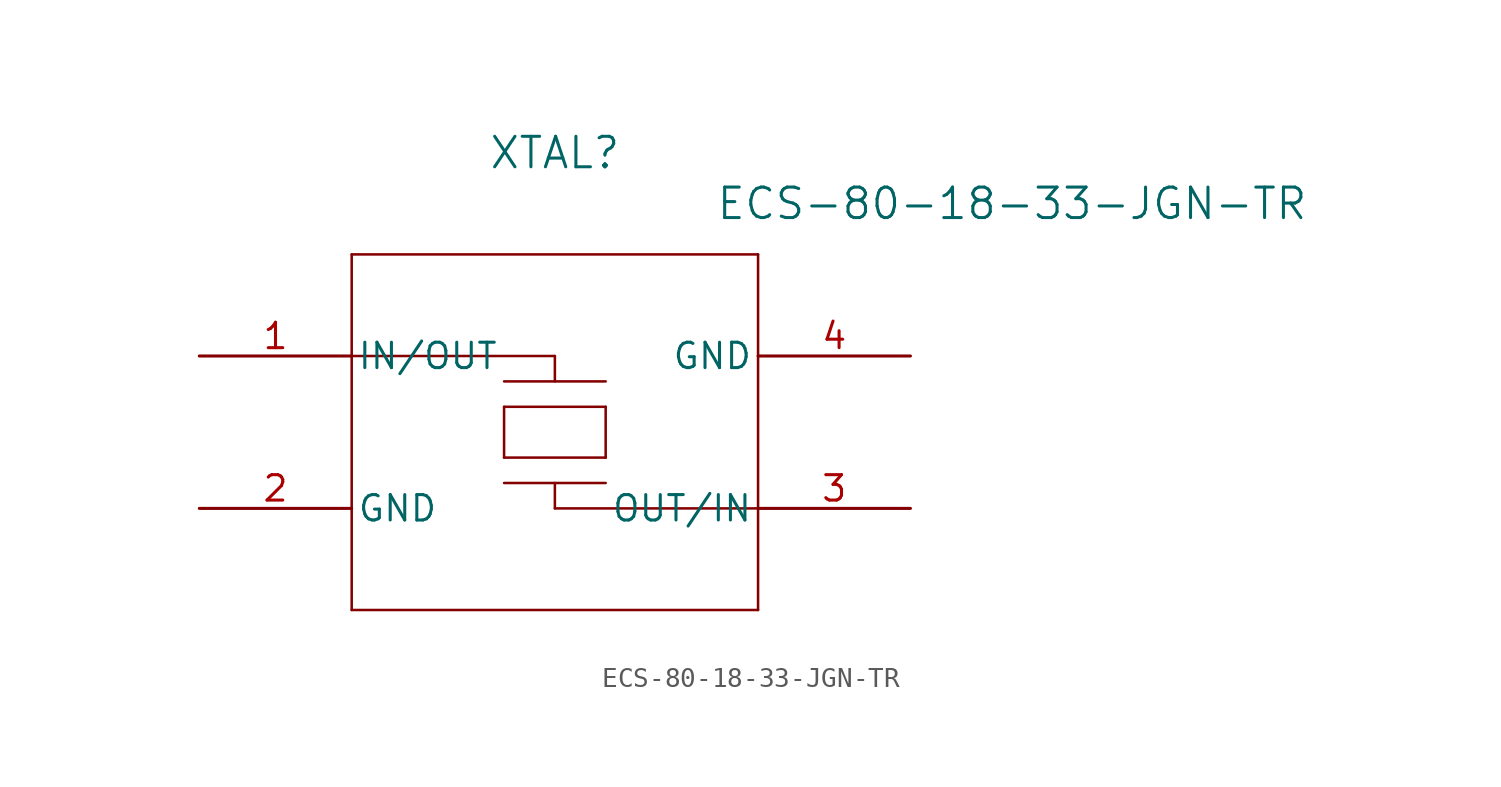
<source format=kicad_sym>
(kicad_symbol_lib
  (version 20220914)
  (generator kicad_symbol_editor)
  (symbol "ECS-80-18-33-JGN-TR"
    (pin_names
      (offset 0.254))
    (property "Reference" "XTAL"
      (at 17.78 10.16 0)
      (effects (font (size 1.524 1.524))))
    (property "Value" "ECS-80-18-33-JGN-TR"
      (at 40.64 7.62 0)
      (effects (font (size 1.524 1.524))))
    (symbol "ECS-80-18-33-JGN-TR_0_1"
      (polyline (pts (xy 7.62 -12.7) (xy 27.94 -12.7)) (stroke (width 0.127) (type default)) (fill (type none)))
      (polyline (pts (xy 7.62 0) (xy 17.78 0)) (stroke (width 0.127) (type default)) (fill (type none)))
      (polyline (pts (xy 7.62 5.08) (xy 7.62 -12.7)) (stroke (width 0.127) (type default)) (fill (type none)))
      (polyline (pts (xy 15.24 -6.35) (xy 20.32 -6.35)) (stroke (width 0.127) (type default)) (fill (type none)))
      (polyline (pts (xy 15.24 -5.08) (xy 20.32 -5.08)) (stroke (width 0.127) (type default)) (fill (type none)))
      (polyline (pts (xy 15.24 -2.54) (xy 15.24 -5.08)) (stroke (width 0.127) (type default)) (fill (type none)))
      (polyline (pts (xy 15.24 -2.54) (xy 20.32 -2.54)) (stroke (width 0.127) (type default)) (fill (type none)))
      (polyline (pts (xy 15.24 -1.27) (xy 20.32 -1.27)) (stroke (width 0.127) (type default)) (fill (type none)))
      (polyline (pts (xy 17.78 -7.62) (xy 17.78 -6.35)) (stroke (width 0.127) (type default)) (fill (type none)))
      (polyline (pts (xy 17.78 -1.27) (xy 17.78 0)) (stroke (width 0.127) (type default)) (fill (type none)))
      (polyline (pts (xy 20.32 -5.08) (xy 20.32 -2.54)) (stroke (width 0.127) (type default)) (fill (type none)))
      (polyline (pts (xy 27.94 -12.7) (xy 27.94 5.08)) (stroke (width 0.127) (type default)) (fill (type none)))
      (polyline (pts (xy 27.94 -7.62) (xy 17.78 -7.62)) (stroke (width 0.127) (type default)) (fill (type none)))
      (polyline (pts (xy 27.94 5.08) (xy 7.62 5.08)) (stroke (width 0.127) (type default)) (fill (type none))))
    (symbol "ECS-80-18-33-JGN-TR_1_1"
      (pin bidirectional line (at 0 0 0) (length 7.62) (name "IN/OUT" (effects (font (size 1.27 1.27)))) (number "1" (effects (font (size 1.27 1.27)))))
      (pin bidirectional line (at 0 -7.62 0) (length 7.62) (name "GND" (effects (font (size 1.27 1.27)))) (number "2" (effects (font (size 1.27 1.27)))))
      (pin bidirectional line (at 35.56 -7.62 180) (length 7.62) (name "OUT/IN" (effects (font (size 1.27 1.27)))) (number "3" (effects (font (size 1.27 1.27)))))
      (pin bidirectional line (at 35.56 0 180) (length 7.62) (name "GND" (effects (font (size 1.27 1.27)))) (number "4" (effects (font (size 1.27 1.27))))))))
</source>
